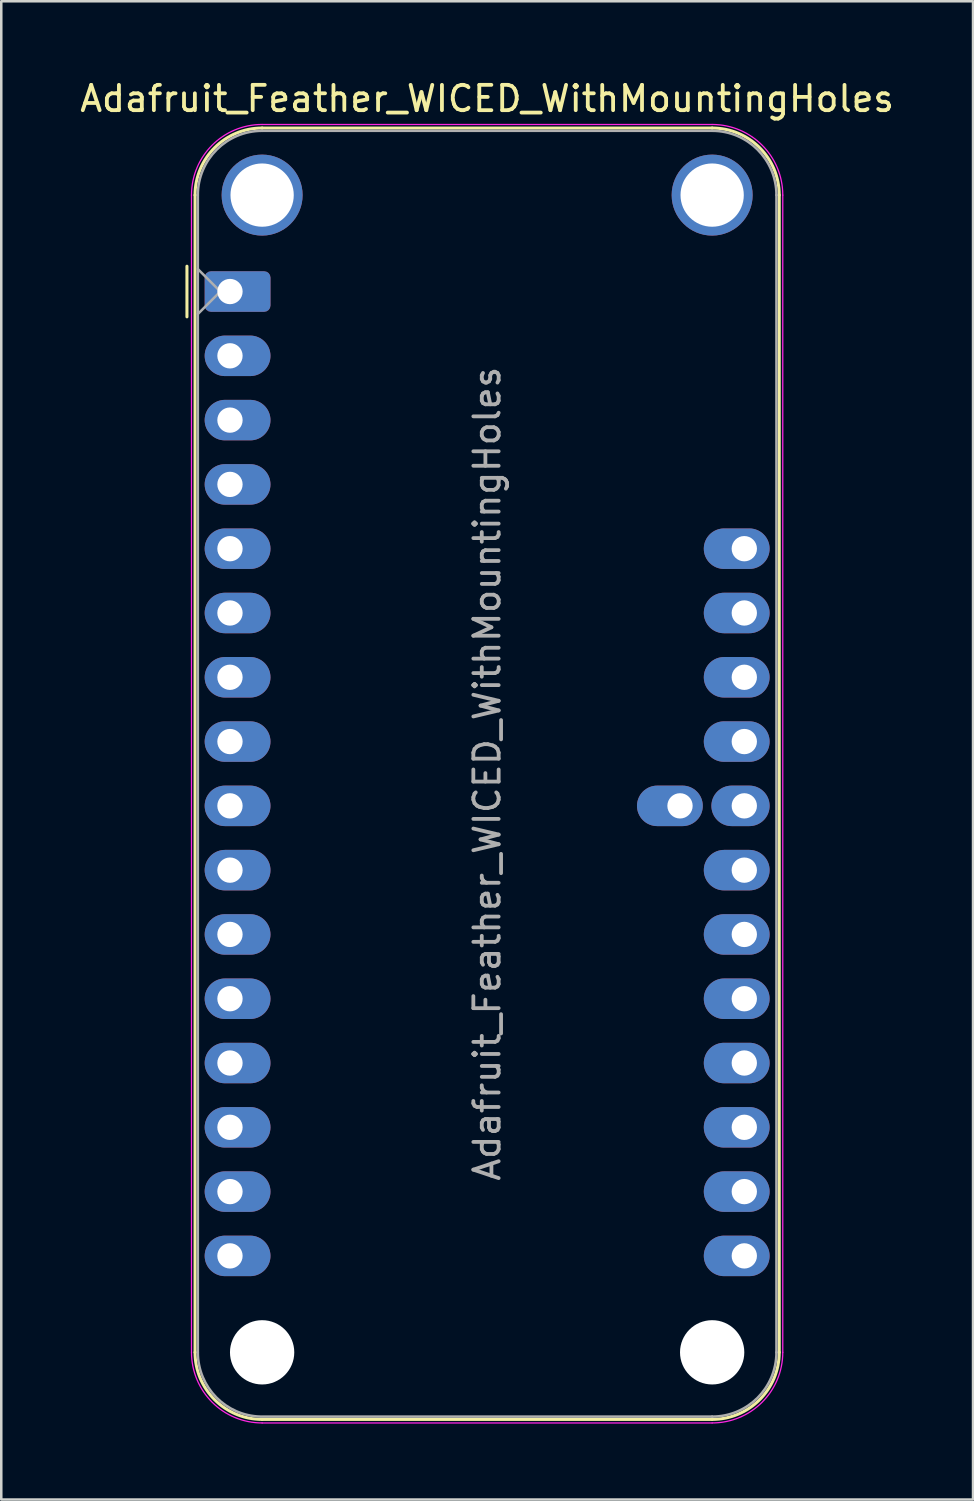
<source format=kicad_pcb>
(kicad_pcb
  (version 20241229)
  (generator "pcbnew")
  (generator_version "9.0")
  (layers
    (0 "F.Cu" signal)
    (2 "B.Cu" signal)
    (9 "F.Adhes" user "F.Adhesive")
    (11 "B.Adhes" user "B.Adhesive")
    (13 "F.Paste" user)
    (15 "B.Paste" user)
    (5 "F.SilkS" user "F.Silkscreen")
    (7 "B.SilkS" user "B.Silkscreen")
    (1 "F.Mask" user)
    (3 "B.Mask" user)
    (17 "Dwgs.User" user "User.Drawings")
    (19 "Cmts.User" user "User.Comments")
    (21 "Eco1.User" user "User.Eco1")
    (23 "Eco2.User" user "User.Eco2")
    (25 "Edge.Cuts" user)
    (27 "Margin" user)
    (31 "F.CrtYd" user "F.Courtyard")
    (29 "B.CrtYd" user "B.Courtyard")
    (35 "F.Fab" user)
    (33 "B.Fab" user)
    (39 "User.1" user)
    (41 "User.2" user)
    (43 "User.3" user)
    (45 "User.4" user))
  (footprint "Adafruit_Feather_WICED_WithMountingHoles"
    (layer "F.Cu")
    (at 6.036 8.468)
    (property "Reference" "Adafruit_Feather_WICED_WithMountingHoles" (at 10.16 -7.62 0) (layer "F.SilkS") (effects (font (size 1 1) (thickness 0.15))))
    (attr through_hole)
    (fp_line (start -1.7 1) (end -1.7 -1) (stroke (width 0.12) (type solid)) (layer "F.SilkS"))
    (fp_line (start -1.38 -3.81) (end -1.38 41.91) (stroke (width 0.12) (type solid)) (layer "F.SilkS"))
    (fp_line (start 19.05 -6.46) (end 1.27 -6.46) (stroke (width 0.12) (type solid)) (layer "F.SilkS"))
    (fp_line (start 19.05 44.56) (end 1.27 44.56) (stroke (width 0.12) (type solid)) (layer "F.SilkS"))
    (fp_line (start 21.7 -3.81) (end 21.7 41.91) (stroke (width 0.12) (type solid)) (layer "F.SilkS"))
    (fp_arc (start -1.38 -3.81) (mid -0.603833 -5.683833) (end 1.27 -6.46) (stroke (width 0.12) (type solid)) (layer "F.SilkS"))
    (fp_arc (start 1.27 44.56) (mid -0.603833 43.783833) (end -1.38 41.91) (stroke (width 0.12) (type solid)) (layer "F.SilkS"))
    (fp_arc (start 19.05 -6.46) (mid 20.923833 -5.683833) (end 21.7 -3.81) (stroke (width 0.12) (type solid)) (layer "F.SilkS"))
    (fp_arc (start 21.7 41.91) (mid 20.923833 43.783833) (end 19.05 44.56) (stroke (width 0.12) (type solid)) (layer "F.SilkS"))
    (fp_line (start -1.52 41.91) (end -1.52 -3.81) (stroke (width 0.05) (type solid)) (layer "F.CrtYd"))
    (fp_line (start 19.05 -6.6) (end 1.27 -6.6) (stroke (width 0.05) (type solid)) (layer "F.CrtYd"))
    (fp_line (start 19.05 44.7) (end 1.27 44.7) (stroke (width 0.05) (type solid)) (layer "F.CrtYd"))
    (fp_line (start 21.84 41.91) (end 21.84 -3.81) (stroke (width 0.05) (type solid)) (layer "F.CrtYd"))
    (fp_arc (start -1.52 -3.81) (mid -0.702828 -5.782828) (end 1.27 -6.6) (stroke (width 0.05) (type solid)) (layer "F.CrtYd"))
    (fp_arc (start 1.27 44.7) (mid -0.702828 43.882828) (end -1.52 41.91) (stroke (width 0.05) (type solid)) (layer "F.CrtYd"))
    (fp_arc (start 19.05 -6.6) (mid 21.022828 -5.782828) (end 21.84 -3.81) (stroke (width 0.05) (type solid)) (layer "F.CrtYd"))
    (fp_arc (start 21.84 41.91) (mid 21.022828 43.882828) (end 19.05 44.7) (stroke (width 0.05) (type solid)) (layer "F.CrtYd"))
    (fp_line (start -1.27 -3.81) (end -1.27 41.91) (stroke (width 0.1) (type solid)) (layer "F.Fab"))
    (fp_line (start -1.27 -0.889) (end -0.381 0) (stroke (width 0.1) (type solid)) (layer "F.Fab"))
    (fp_line (start -0.381 0) (end -1.27 0.889) (stroke (width 0.1) (type solid)) (layer "F.Fab"))
    (fp_line (start 1.27 44.45) (end 19.05 44.45) (stroke (width 0.1) (type solid)) (layer "F.Fab"))
    (fp_line (start 19.05 -6.35) (end 1.27 -6.35) (stroke (width 0.1) (type solid)) (layer "F.Fab"))
    (fp_line (start 21.59 41.91) (end 21.59 -3.81) (stroke (width 0.1) (type solid)) (layer "F.Fab"))
    (fp_arc (start -1.27 -3.81) (mid -0.526051 -5.606051) (end 1.27 -6.35) (stroke (width 0.1) (type solid)) (layer "F.Fab"))
    (fp_arc (start 1.221238 44.449532) (mid -0.543209 43.688728) (end -1.27 41.91) (stroke (width 0.1) (type solid)) (layer "F.Fab"))
    (fp_arc (start 19.05 -6.35) (mid 20.846051 -5.606051) (end 21.59 -3.81) (stroke (width 0.1) (type solid)) (layer "F.Fab"))
    (fp_arc (start 21.59 41.91) (mid 20.846051 43.706051) (end 19.05 44.45) (stroke (width 0.1) (type solid)) (layer "F.Fab"))
    (fp_text user "${REFERENCE}" (at 10.16 19.05 270) (layer "F.Fab") (effects (font (size 1 1) (thickness 0.15))))
    (pad "" np_thru_hole circle (at 1.27 -3.81 270) (size 3.2 3.2) (drill 2.5) (layers "*.Cu" "*.Mask"))
    (pad "" np_thru_hole circle (at 1.27 41.91 270) (size 2.54 2.54) (drill 2.54) (layers "*.Cu" "*.Mask"))
    (pad "" np_thru_hole circle (at 19.05 -3.81 270) (size 3.2 3.2) (drill 2.5) (layers "*.Cu" "*.Mask"))
    (pad "" np_thru_hole circle (at 19.05 41.91 270) (size 2.54 2.54) (drill 2.54) (layers "*.Cu" "*.Mask"))
    (pad "1" thru_hole roundrect (at 0 0) (size 2.6 1.6) (drill 1 (offset 0.3 0)) (layers "*.Cu" "*.Mask") (roundrect_rratio 0.156))
    (pad "2" thru_hole oval (at 0 2.54) (size 2.6 1.6) (drill 1 (offset 0.3 0)) (layers "*.Cu" "*.Mask"))
    (pad "3" thru_hole oval (at 0 5.08) (size 2.6 1.6) (drill 1 (offset 0.3 0)) (layers "*.Cu" "*.Mask"))
    (pad "4" thru_hole oval (at 0 7.62) (size 2.6 1.6) (drill 1 (offset 0.3 0)) (layers "*.Cu" "*.Mask"))
    (pad "5" thru_hole oval (at 0 10.16) (size 2.6 1.6) (drill 1 (offset 0.3 0)) (layers "*.Cu" "*.Mask"))
    (pad "6" thru_hole oval (at 0 12.7) (size 2.6 1.6) (drill 1 (offset 0.3 0)) (layers "*.Cu" "*.Mask"))
    (pad "7" thru_hole oval (at 0 15.24) (size 2.6 1.6) (drill 1 (offset 0.3 0)) (layers "*.Cu" "*.Mask"))
    (pad "8" thru_hole oval (at 0 17.78) (size 2.6 1.6) (drill 1 (offset 0.3 0)) (layers "*.Cu" "*.Mask"))
    (pad "9" thru_hole oval (at 0 20.32) (size 2.6 1.6) (drill 1 (offset 0.3 0)) (layers "*.Cu" "*.Mask"))
    (pad "10" thru_hole oval (at 0 22.86) (size 2.6 1.6) (drill 1 (offset 0.3 0)) (layers "*.Cu" "*.Mask"))
    (pad "11" thru_hole oval (at 0 25.4) (size 2.6 1.6) (drill 1 (offset 0.3 0)) (layers "*.Cu" "*.Mask"))
    (pad "12" thru_hole oval (at 0 27.94) (size 2.6 1.6) (drill 1 (offset 0.3 0)) (layers "*.Cu" "*.Mask"))
    (pad "13" thru_hole oval (at 0 30.48) (size 2.6 1.6) (drill 1 (offset 0.3 0)) (layers "*.Cu" "*.Mask"))
    (pad "14" thru_hole oval (at 0 33.02) (size 2.6 1.6) (drill 1 (offset 0.3 0)) (layers "*.Cu" "*.Mask"))
    (pad "15" thru_hole oval (at 0 35.56) (size 2.6 1.6) (drill 1 (offset 0.3 0)) (layers "*.Cu" "*.Mask"))
    (pad "16" thru_hole oval (at 0 38.1) (size 2.6 1.6) (drill 1 (offset 0.3 0)) (layers "*.Cu" "*.Mask"))
    (pad "17" thru_hole oval (at 20.32 38.1 180) (size 2.6 1.6) (drill 1 (offset 0.3 0)) (layers "*.Cu" "*.Mask"))
    (pad "18" thru_hole oval (at 20.32 35.56 180) (size 2.6 1.6) (drill 1 (offset 0.3 0)) (layers "*.Cu" "*.Mask"))
    (pad "19" thru_hole oval (at 20.32 33.02 180) (size 2.6 1.6) (drill 1 (offset 0.3 0)) (layers "*.Cu" "*.Mask"))
    (pad "20" thru_hole oval (at 20.32 30.48 180) (size 2.6 1.6) (drill 1 (offset 0.3 0)) (layers "*.Cu" "*.Mask"))
    (pad "21" thru_hole oval (at 20.32 27.94 180) (size 2.6 1.6) (drill 1 (offset 0.3 0)) (layers "*.Cu" "*.Mask"))
    (pad "22" thru_hole oval (at 20.32 25.4 180) (size 2.6 1.6) (drill 1 (offset 0.3 0)) (layers "*.Cu" "*.Mask"))
    (pad "23" thru_hole oval (at 20.32 22.86 180) (size 2.6 1.6) (drill 1 (offset 0.3 0)) (layers "*.Cu" "*.Mask"))
    (pad "24" thru_hole oval (at 20.32 20.32 180) (size 2.3 1.6) (drill 1 (offset 0.15 0)) (layers "*.Cu" "*.Mask"))
    (pad "25" thru_hole oval (at 20.32 17.78 180) (size 2.6 1.6) (drill 1 (offset 0.3 0)) (layers "*.Cu" "*.Mask"))
    (pad "26" thru_hole oval (at 20.32 15.24 180) (size 2.6 1.6) (drill 1 (offset 0.3 0)) (layers "*.Cu" "*.Mask"))
    (pad "27" thru_hole oval (at 20.32 12.7 180) (size 2.6 1.6) (drill 1 (offset 0.3 0)) (layers "*.Cu" "*.Mask"))
    (pad "28" thru_hole oval (at 20.32 10.16 180) (size 2.6 1.6) (drill 1 (offset 0.3 0)) (layers "*.Cu" "*.Mask"))
    (pad "29" thru_hole oval (at 17.78 20.32 180) (size 2.6 1.6) (drill 1 (offset 0.4 0)) (layers "*.Cu" "*.Mask")))
  (gr_rect
    (start -3 -3)
    (end 35.393 56.193)
    (stroke (width 0.1) (type default))
    (fill no)
    (layer "Edge.Cuts")))
</source>
